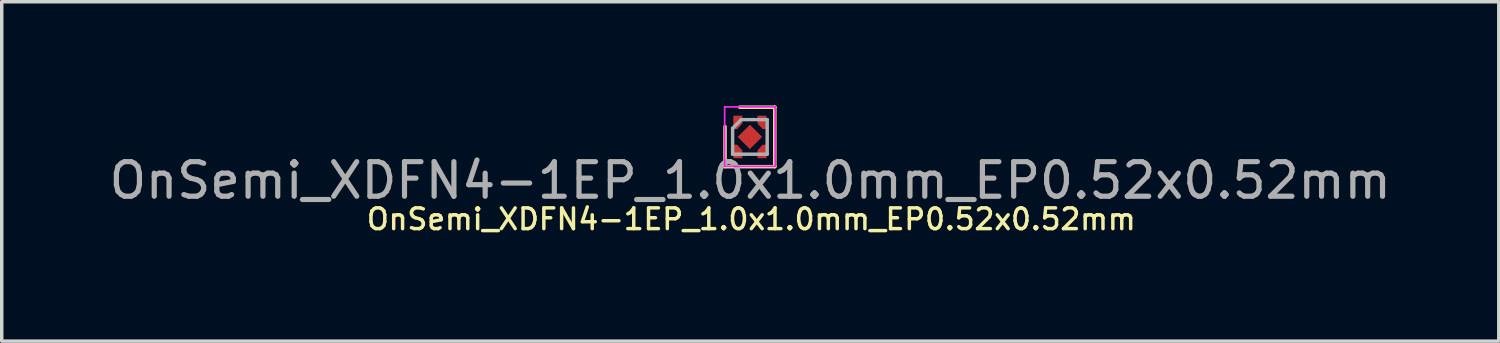
<source format=kicad_pcb>
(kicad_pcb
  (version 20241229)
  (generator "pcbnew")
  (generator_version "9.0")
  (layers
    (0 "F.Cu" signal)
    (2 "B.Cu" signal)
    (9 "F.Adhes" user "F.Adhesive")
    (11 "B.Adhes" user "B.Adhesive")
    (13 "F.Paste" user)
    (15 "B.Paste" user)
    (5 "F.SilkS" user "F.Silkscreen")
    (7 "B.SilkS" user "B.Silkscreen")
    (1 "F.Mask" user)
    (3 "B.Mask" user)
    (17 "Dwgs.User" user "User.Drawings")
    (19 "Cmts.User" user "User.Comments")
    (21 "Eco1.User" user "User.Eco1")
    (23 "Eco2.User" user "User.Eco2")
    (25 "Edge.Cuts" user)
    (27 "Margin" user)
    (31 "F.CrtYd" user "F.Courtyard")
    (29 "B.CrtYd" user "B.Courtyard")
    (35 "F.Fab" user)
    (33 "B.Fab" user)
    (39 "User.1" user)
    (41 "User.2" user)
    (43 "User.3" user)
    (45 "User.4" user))
  (footprint "OnSemi_XDFN4-1EP_1.0x1.0mm_EP0.52x0.52mm"
    (layer "F.Cu")
    (at 18.639 0.91)
    (property "Reference" "OnSemi_XDFN4-1EP_1.0x1.0mm_EP0.52x0.52mm" (at 0.04 2.38 0) (unlocked yes) (layer "F.SilkS") (effects (font (size 0.6 0.6) (thickness 0.1))))
    (attr smd)
    (fp_line (start -0.72 -0.3) (end -0.72 0.86) (stroke (width 0.1) (type solid)) (layer "F.SilkS"))
    (fp_line (start -0.72 0.86) (end 0.72 0.86) (stroke (width 0.1) (type solid)) (layer "F.SilkS"))
    (fp_line (start 0.72 -0.86) (end -0.3 -0.86) (stroke (width 0.1) (type solid)) (layer "F.SilkS"))
    (fp_line (start 0.72 0.86) (end 0.72 -0.86) (stroke (width 0.1) (type solid)) (layer "F.SilkS"))
    (fp_line (start -0.73 -0.87) (end 0.73 -0.87) (stroke (width 0.05) (type solid)) (layer "F.CrtYd"))
    (fp_line (start -0.73 0.85) (end -0.73 -0.87) (stroke (width 0.05) (type solid)) (layer "F.CrtYd"))
    (fp_line (start 0.73 -0.87) (end 0.73 0.85) (stroke (width 0.05) (type solid)) (layer "F.CrtYd"))
    (fp_line (start 0.73 0.85) (end -0.73 0.85) (stroke (width 0.05) (type solid)) (layer "F.CrtYd"))
    (fp_line (start -0.5 -0.25) (end -0.25 -0.5) (stroke (width 0.1) (type solid)) (layer "F.Fab"))
    (fp_line (start -0.5 0.5) (end -0.5 -0.25) (stroke (width 0.1) (type solid)) (layer "F.Fab"))
    (fp_line (start -0.25 -0.5) (end 0.5 -0.5) (stroke (width 0.1) (type solid)) (layer "F.Fab"))
    (fp_line (start 0.5 -0.5) (end 0.5 0.5) (stroke (width 0.1) (type solid)) (layer "F.Fab"))
    (fp_line (start 0.5 0.5) (end -0.5 0.5) (stroke (width 0.1) (type solid)) (layer "F.Fab"))
    (fp_text user "${REFERENCE}" (at 0.01 1.26 0) (unlocked yes) (layer "F.Fab") (effects (font (size 1 1) (thickness 0.15))))
    (pad "1" smd custom (at -0.35 -0.5 180) (size 0.26 0.23) (layers "F.Cu" "F.Mask" "F.Paste") (options (anchor rect)) (primitives (gr_poly (pts (xy 0.13 -0.115) (xy -0.13 -0.115) (xy 0.02 -0.275) (xy 0.13 -0.275)) (width 0) (fill yes))))
    (pad "2" smd custom (at 0.35 -0.5 180) (size 0.26 0.23) (layers "F.Cu" "F.Mask" "F.Paste") (options (anchor rect)) (primitives (gr_poly (pts (xy 0.13 -0.115) (xy -0.13 -0.115) (xy -0.13 -0.275) (xy -0.02 -0.275)) (width 0) (fill yes))))
    (pad "3" smd custom (at 0.35 0.5) (size 0.26 0.23) (layers "F.Cu" "F.Mask" "F.Paste") (options (anchor rect)) (primitives (gr_poly (pts (xy 0.13 -0.115) (xy -0.13 -0.115) (xy 0.02 -0.275) (xy 0.13 -0.275)) (width 0) (fill yes))))
    (pad "4" smd custom (at -0.35 0.5) (size 0.26 0.23) (layers "F.Cu" "F.Mask" "F.Paste") (options (anchor rect)) (primitives (gr_poly (pts (xy 0.13 -0.115) (xy -0.13 -0.115) (xy -0.13 -0.275) (xy -0.02 -0.275)) (width 0) (fill yes))))
    (pad "5" smd rect (at 0 0 45) (size 0.5 0.5) (layers "F.Cu" "F.Mask" "F.Paste")))
  (gr_rect
    (start -3 -3)
    (end 40.298 6.816)
    (stroke (width 0.1) (type default))
    (fill no)
    (layer "Edge.Cuts")))
</source>
